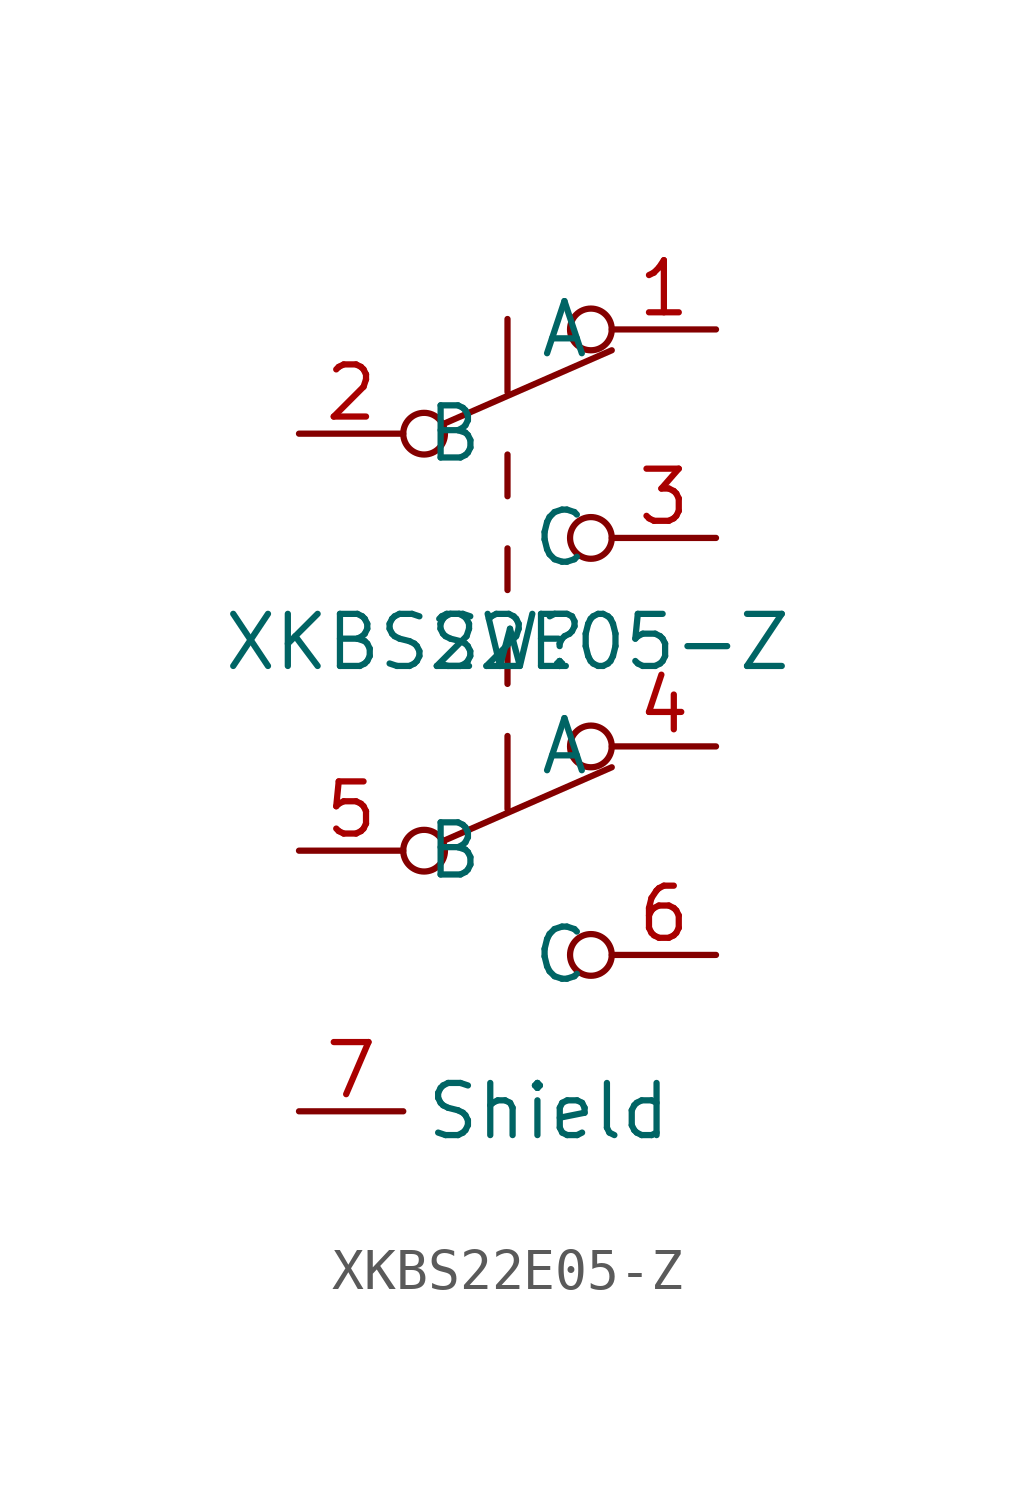
<source format=kicad_sym>
(kicad_symbol_lib
  (version 20211014)
  (generator kicad_symbol_editor)
  (symbol "XKBS22E05-Z"
    (property "Reference" "SW"
      (at 0 0 0)
      (effects (font (size 1.27 1.27))))
    (property "Value" "XKBS22E05-Z"
      (at 0 0 0)
      (effects (font (size 1.27 1.27))))
    (symbol "XKBS22E05-Z_0_0"
      (circle (center -2.032 -5.08) (radius 0.508) (stroke (width 0) (type default) (color 0 0 0 0)) (fill (type none)))
      (circle (center -2.032 5.08) (radius 0.508) (stroke (width 0) (type default) (color 0 0 0 0)) (fill (type none)))
      (circle (center 2.032 -7.62) (radius 0.508) (stroke (width 0) (type default) (color 0 0 0 0)) (fill (type none)))
      (circle (center 2.032 2.54) (radius 0.508) (stroke (width 0) (type default) (color 0 0 0 0)) (fill (type none))))
    (symbol "XKBS22E05-Z_0_1"
      (polyline (pts (xy -1.524 -4.826) (xy 2.54 -3.048)) (stroke (width 0) (type default) (color 0 0 0 0)) (fill (type none)))
      (polyline (pts (xy -1.524 5.334) (xy 2.54 7.112)) (stroke (width 0) (type default) (color 0 0 0 0)) (fill (type none)))
      (polyline (pts (xy 0 -2.286) (xy 0 -4.064)) (stroke (width 0) (type default) (color 0 0 0 0)) (fill (type none)))
      (polyline (pts (xy 0 -1.016) (xy 0 0)) (stroke (width 0) (type default) (color 0 0 0 0)) (fill (type none)))
      (polyline (pts (xy 0 1.27) (xy 0 2.286)) (stroke (width 0) (type default) (color 0 0 0 0)) (fill (type none)))
      (polyline (pts (xy 0 3.556) (xy 0 4.572)) (stroke (width 0) (type default) (color 0 0 0 0)) (fill (type none)))
      (polyline (pts (xy 0 7.874) (xy 0 6.096)) (stroke (width 0) (type default) (color 0 0 0 0)) (fill (type none)))
      (circle (center 2.032 -2.54) (radius 0.508) (stroke (width 0) (type default) (color 0 0 0 0)) (fill (type none)))
      (circle (center 2.032 7.62) (radius 0.508) (stroke (width 0) (type default) (color 0 0 0 0)) (fill (type none))))
    (symbol "XKBS22E05-Z_1_1"
      (pin passive line (at 5.08 7.62 180) (length 2.54) (name "A" (effects (font (size 1.27 1.27)))) (number "1" (effects (font (size 1.27 1.27)))))
      (pin passive line (at -5.08 5.08 0) (length 2.54) (name "B" (effects (font (size 1.27 1.27)))) (number "2" (effects (font (size 1.27 1.27)))))
      (pin passive line (at 5.08 2.54 180) (length 2.54) (name "C" (effects (font (size 1.27 1.27)))) (number "3" (effects (font (size 1.27 1.27)))))
      (pin passive line (at 5.08 -2.54 180) (length 2.54) (name "A" (effects (font (size 1.27 1.27)))) (number "4" (effects (font (size 1.27 1.27)))))
      (pin passive line (at -5.08 -5.08 0) (length 2.54) (name "B" (effects (font (size 1.27 1.27)))) (number "5" (effects (font (size 1.27 1.27)))))
      (pin passive line (at 5.08 -7.62 180) (length 2.54) (name "C" (effects (font (size 1.27 1.27)))) (number "6" (effects (font (size 1.27 1.27)))))
      (pin input line (at -5.08 -11.43 0) (length 2.54) (name "Shield" (effects (font (size 1.27 1.27)))) (number "7" (effects (font (size 1.27 1.27))))))))
</source>
